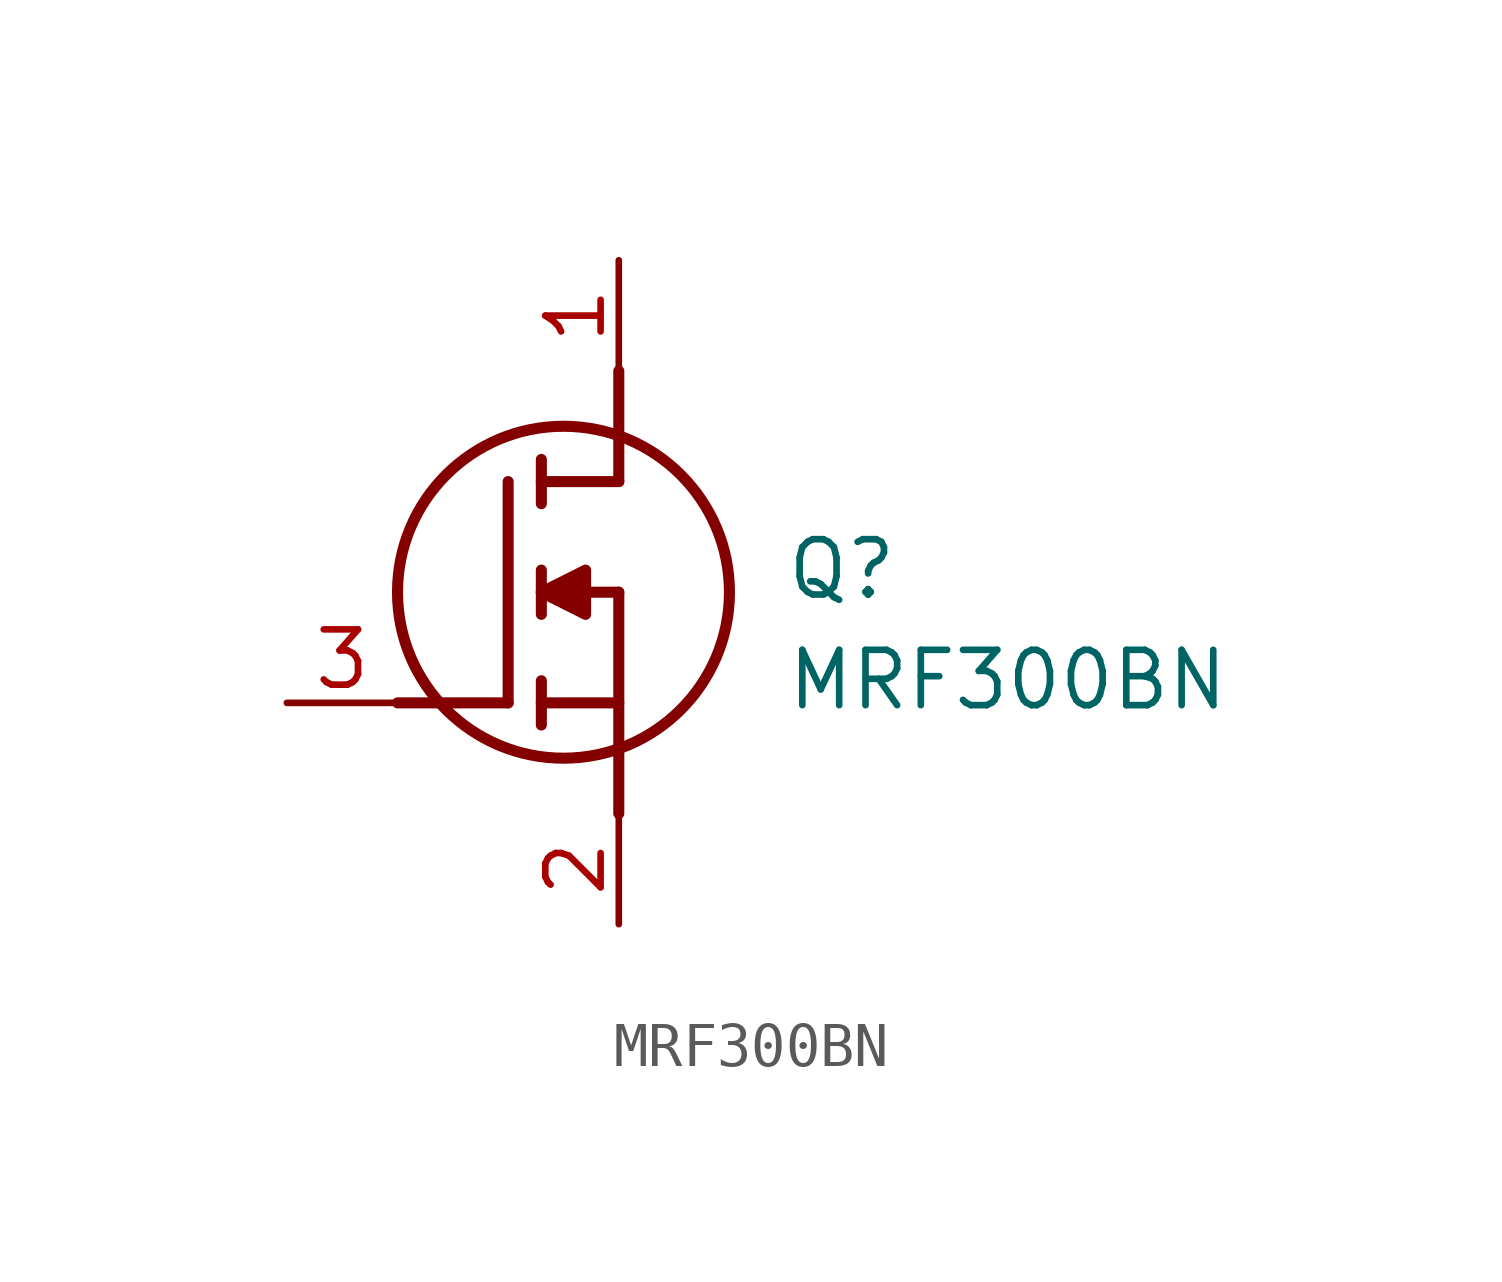
<source format=kicad_sym>
(kicad_symbol_lib
  (version 20211014)
  (generator SamacSys_ECAD_Model)
  (symbol "MRF300BN"
    (pin_names hide)
    (property "Reference" "Q"
      (at 11.43 3.81 0)
      (effects (font (size 1.27 1.27)) (justify left top)))
    (property "Value" "MRF300BN"
      (at 11.43 1.27 0)
      (effects (font (size 1.27 1.27)) (justify left top)))
    (polyline
      (pts (xy 7.62 2.54) (xy 7.62 -2.54))
      (stroke (width 0.254) (type default))
      (fill (type none)))
    (polyline
      (pts (xy 7.62 5.08) (xy 7.62 7.62))
      (stroke (width 0.254) (type default))
      (fill (type none)))
    (polyline
      (pts (xy 2.54 0) (xy 5.08 0))
      (stroke (width 0.254) (type default))
      (fill (type none)))
    (polyline
      (pts (xy 5.08 5.08) (xy 5.08 0))
      (stroke (width 0.254) (type default))
      (fill (type none)))
    (polyline
      (pts (xy 7.62 2.54) (xy 5.842 2.54))
      (stroke (width 0.254) (type default))
      (fill (type none)))
    (polyline
      (pts (xy 7.62 5.08) (xy 5.842 5.08))
      (stroke (width 0.254) (type default))
      (fill (type none)))
    (polyline
      (pts (xy 5.842 0) (xy 7.62 0))
      (stroke (width 0.254) (type default))
      (fill (type none)))
    (polyline
      (pts (xy 5.842 5.588) (xy 5.842 4.572))
      (stroke (width 0.254) (type default))
      (fill (type none)))
    (polyline
      (pts (xy 5.842 -0.508) (xy 5.842 0.508))
      (stroke (width 0.254) (type default))
      (fill (type none)))
    (polyline
      (pts (xy 5.842 2.032) (xy 5.842 3.048))
      (stroke (width 0.254) (type default))
      (fill (type none)))
    (circle
      (center 6.35 2.54)
      (radius 3.81)
      (stroke (width 0.254) (type default))
      (fill (type none)))
    (polyline
      (pts (xy 5.842 2.54) (xy 6.858 3.048) (xy 6.858 2.032) (xy 5.842 2.54))
      (stroke (width 0.254) (type default))
      (fill (type outline)))
    (pin passive line
      (at 0 0 0)
      (length 2.54)
      (name "G" (effects (font (size 1.27 1.27))))
      (number "3" (effects (font (size 1.27 1.27)))))
    (pin passive line
      (at 7.62 10.16 270)
      (length 2.54)
      (name "D" (effects (font (size 1.27 1.27))))
      (number "1" (effects (font (size 1.27 1.27)))))
    (pin passive line
      (at 7.62 -5.08 90)
      (length 2.54)
      (name "S" (effects (font (size 1.27 1.27))))
      (number "2" (effects (font (size 1.27 1.27)))))))
</source>
